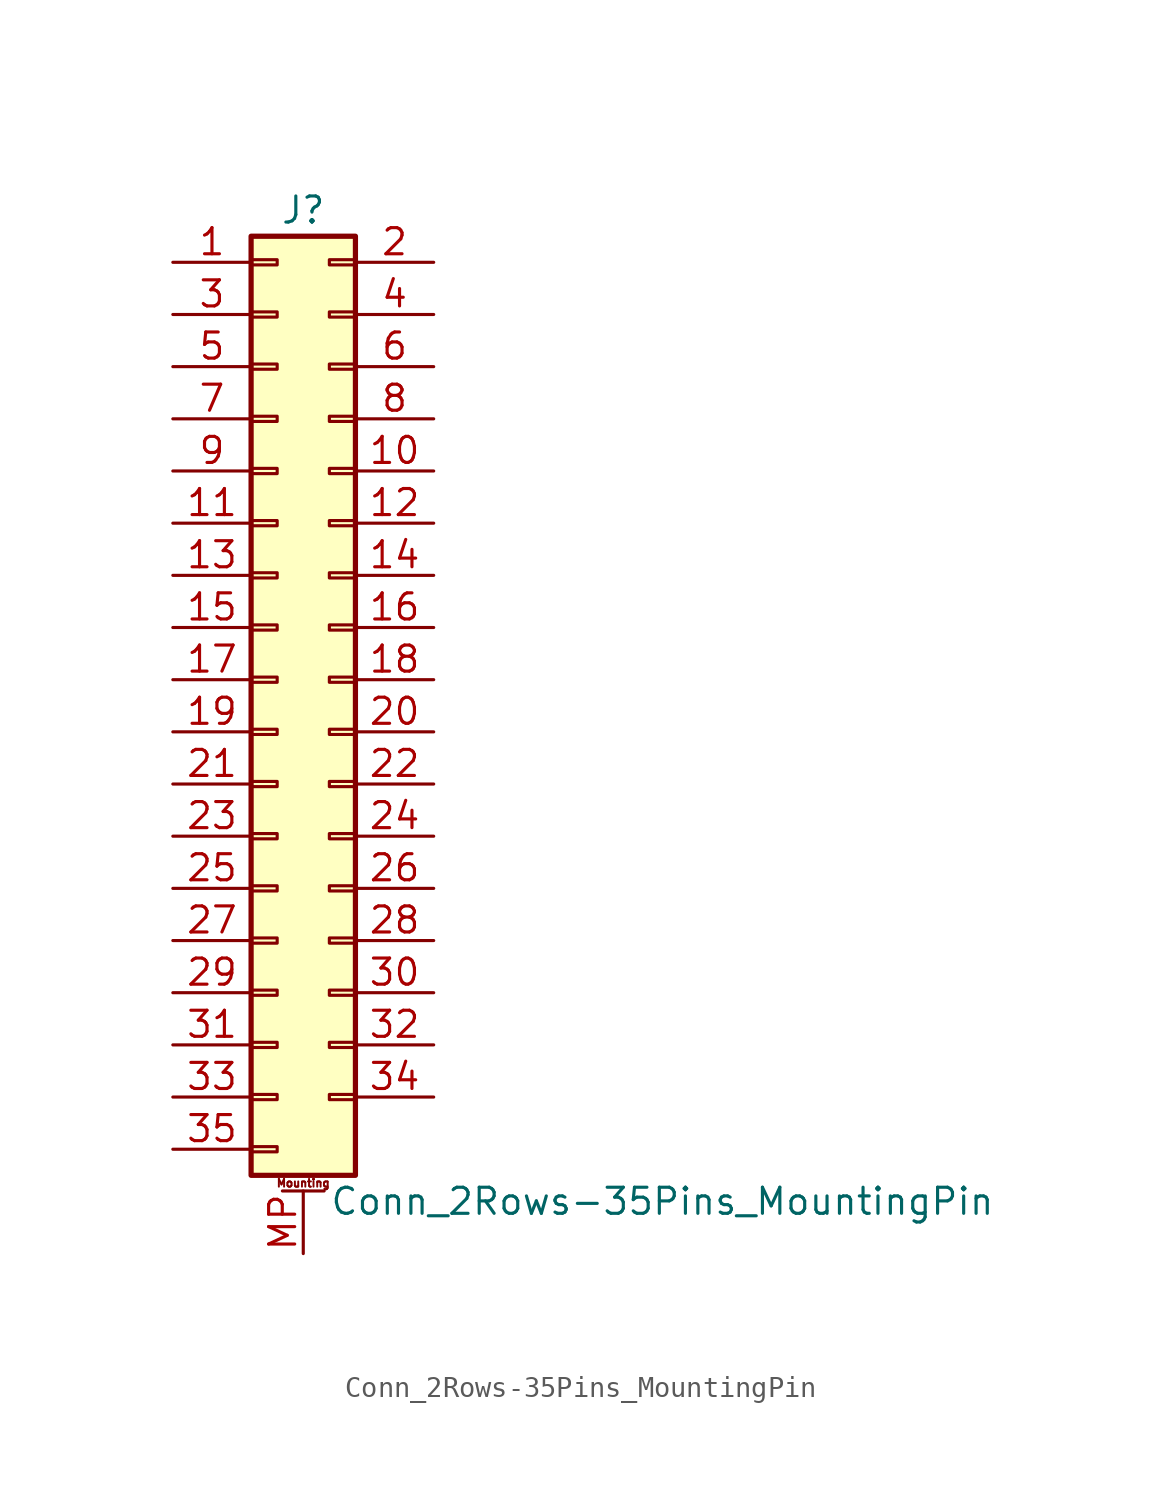
<source format=kicad_sym>
(kicad_symbol_lib
  (version 20220914)
  (generator kicad_symbol_editor)
  (symbol "Conn_2Rows-35Pins_MountingPin"
    (pin_names
      (offset 1.016) hide)
    (property "Reference" "J"
      (at 1.27 22.86 0)
      (effects (font (size 1.27 1.27))))
    (property "Value" "Conn_2Rows-35Pins_MountingPin"
      (at 2.54 -25.4 0)
      (effects (font (size 1.27 1.27)) (justify left)))
    (symbol "Conn_2Rows-35Pins_MountingPin_1_1"
      (rectangle (start -1.27 -22.733) (end 0 -22.987) (stroke (width 0.152) (type default)) (fill (type none)))
      (rectangle (start -1.27 -20.193) (end 0 -20.447) (stroke (width 0.152) (type default)) (fill (type none)))
      (rectangle (start -1.27 -17.653) (end 0 -17.907) (stroke (width 0.152) (type default)) (fill (type none)))
      (rectangle (start -1.27 -15.113) (end 0 -15.367) (stroke (width 0.152) (type default)) (fill (type none)))
      (rectangle (start -1.27 -12.573) (end 0 -12.827) (stroke (width 0.152) (type default)) (fill (type none)))
      (rectangle (start -1.27 -10.033) (end 0 -10.287) (stroke (width 0.152) (type default)) (fill (type none)))
      (rectangle (start -1.27 -7.493) (end 0 -7.747) (stroke (width 0.152) (type default)) (fill (type none)))
      (rectangle (start -1.27 -4.953) (end 0 -5.207) (stroke (width 0.152) (type default)) (fill (type none)))
      (rectangle (start -1.27 -2.413) (end 0 -2.667) (stroke (width 0.152) (type default)) (fill (type none)))
      (rectangle (start -1.27 0.127) (end 0 -0.127) (stroke (width 0.152) (type default)) (fill (type none)))
      (rectangle (start -1.27 2.667) (end 0 2.413) (stroke (width 0.152) (type default)) (fill (type none)))
      (rectangle (start -1.27 5.207) (end 0 4.953) (stroke (width 0.152) (type default)) (fill (type none)))
      (rectangle (start -1.27 7.747) (end 0 7.493) (stroke (width 0.152) (type default)) (fill (type none)))
      (rectangle (start -1.27 10.287) (end 0 10.033) (stroke (width 0.152) (type default)) (fill (type none)))
      (rectangle (start -1.27 12.827) (end 0 12.573) (stroke (width 0.152) (type default)) (fill (type none)))
      (rectangle (start -1.27 15.367) (end 0 15.113) (stroke (width 0.152) (type default)) (fill (type none)))
      (rectangle (start -1.27 17.907) (end 0 17.653) (stroke (width 0.152) (type default)) (fill (type none)))
      (rectangle (start -1.27 20.447) (end 0 20.193) (stroke (width 0.152) (type default)) (fill (type none)))
      (rectangle (start -1.27 21.59) (end 3.81 -24.13) (stroke (width 0.254) (type default)) (fill (type background)))
      (polyline (pts (xy 0.254 -24.892) (xy 2.286 -24.892)) (stroke (width 0.152) (type default)) (fill (type none)))
      (rectangle (start 3.81 -20.193) (end 2.54 -20.447) (stroke (width 0.152) (type default)) (fill (type none)))
      (rectangle (start 3.81 -17.653) (end 2.54 -17.907) (stroke (width 0.152) (type default)) (fill (type none)))
      (rectangle (start 3.81 -15.113) (end 2.54 -15.367) (stroke (width 0.152) (type default)) (fill (type none)))
      (rectangle (start 3.81 -12.573) (end 2.54 -12.827) (stroke (width 0.152) (type default)) (fill (type none)))
      (rectangle (start 3.81 -10.033) (end 2.54 -10.287) (stroke (width 0.152) (type default)) (fill (type none)))
      (rectangle (start 3.81 -7.493) (end 2.54 -7.747) (stroke (width 0.152) (type default)) (fill (type none)))
      (rectangle (start 3.81 -4.953) (end 2.54 -5.207) (stroke (width 0.152) (type default)) (fill (type none)))
      (rectangle (start 3.81 -2.413) (end 2.54 -2.667) (stroke (width 0.152) (type default)) (fill (type none)))
      (rectangle (start 3.81 0.127) (end 2.54 -0.127) (stroke (width 0.152) (type default)) (fill (type none)))
      (rectangle (start 3.81 2.667) (end 2.54 2.413) (stroke (width 0.152) (type default)) (fill (type none)))
      (rectangle (start 3.81 5.207) (end 2.54 4.953) (stroke (width 0.152) (type default)) (fill (type none)))
      (rectangle (start 3.81 7.747) (end 2.54 7.493) (stroke (width 0.152) (type default)) (fill (type none)))
      (rectangle (start 3.81 10.287) (end 2.54 10.033) (stroke (width 0.152) (type default)) (fill (type none)))
      (rectangle (start 3.81 12.827) (end 2.54 12.573) (stroke (width 0.152) (type default)) (fill (type none)))
      (rectangle (start 3.81 15.367) (end 2.54 15.113) (stroke (width 0.152) (type default)) (fill (type none)))
      (rectangle (start 3.81 17.907) (end 2.54 17.653) (stroke (width 0.152) (type default)) (fill (type none)))
      (rectangle (start 3.81 20.447) (end 2.54 20.193) (stroke (width 0.152) (type default)) (fill (type none)))
      (text "Mounting" (at 1.27 -24.511 0) (effects (font (size 0.381 0.381))))
      (pin passive line (at -5.08 20.32 0) (length 3.81) (name "Pin_1" (effects (font (size 1.27 1.27)))) (number "1" (effects (font (size 1.27 1.27)))))
      (pin passive line (at 7.62 10.16 180) (length 3.81) (name "Pin_10" (effects (font (size 1.27 1.27)))) (number "10" (effects (font (size 1.27 1.27)))))
      (pin passive line (at -5.08 7.62 0) (length 3.81) (name "Pin_11" (effects (font (size 1.27 1.27)))) (number "11" (effects (font (size 1.27 1.27)))))
      (pin passive line (at 7.62 7.62 180) (length 3.81) (name "Pin_12" (effects (font (size 1.27 1.27)))) (number "12" (effects (font (size 1.27 1.27)))))
      (pin passive line (at -5.08 5.08 0) (length 3.81) (name "Pin_13" (effects (font (size 1.27 1.27)))) (number "13" (effects (font (size 1.27 1.27)))))
      (pin passive line (at 7.62 5.08 180) (length 3.81) (name "Pin_14" (effects (font (size 1.27 1.27)))) (number "14" (effects (font (size 1.27 1.27)))))
      (pin passive line (at -5.08 2.54 0) (length 3.81) (name "Pin_15" (effects (font (size 1.27 1.27)))) (number "15" (effects (font (size 1.27 1.27)))))
      (pin passive line (at 7.62 2.54 180) (length 3.81) (name "Pin_16" (effects (font (size 1.27 1.27)))) (number "16" (effects (font (size 1.27 1.27)))))
      (pin passive line (at -5.08 0 0) (length 3.81) (name "Pin_17" (effects (font (size 1.27 1.27)))) (number "17" (effects (font (size 1.27 1.27)))))
      (pin passive line (at 7.62 0 180) (length 3.81) (name "Pin_18" (effects (font (size 1.27 1.27)))) (number "18" (effects (font (size 1.27 1.27)))))
      (pin passive line (at -5.08 -2.54 0) (length 3.81) (name "Pin_19" (effects (font (size 1.27 1.27)))) (number "19" (effects (font (size 1.27 1.27)))))
      (pin passive line (at 7.62 20.32 180) (length 3.81) (name "Pin_2" (effects (font (size 1.27 1.27)))) (number "2" (effects (font (size 1.27 1.27)))))
      (pin passive line (at 7.62 -2.54 180) (length 3.81) (name "Pin_20" (effects (font (size 1.27 1.27)))) (number "20" (effects (font (size 1.27 1.27)))))
      (pin passive line (at -5.08 -5.08 0) (length 3.81) (name "Pin_21" (effects (font (size 1.27 1.27)))) (number "21" (effects (font (size 1.27 1.27)))))
      (pin passive line (at 7.62 -5.08 180) (length 3.81) (name "Pin_22" (effects (font (size 1.27 1.27)))) (number "22" (effects (font (size 1.27 1.27)))))
      (pin passive line (at -5.08 -7.62 0) (length 3.81) (name "Pin_23" (effects (font (size 1.27 1.27)))) (number "23" (effects (font (size 1.27 1.27)))))
      (pin passive line (at 7.62 -7.62 180) (length 3.81) (name "Pin_24" (effects (font (size 1.27 1.27)))) (number "24" (effects (font (size 1.27 1.27)))))
      (pin passive line (at -5.08 -10.16 0) (length 3.81) (name "Pin_25" (effects (font (size 1.27 1.27)))) (number "25" (effects (font (size 1.27 1.27)))))
      (pin passive line (at 7.62 -10.16 180) (length 3.81) (name "Pin_26" (effects (font (size 1.27 1.27)))) (number "26" (effects (font (size 1.27 1.27)))))
      (pin passive line (at -5.08 -12.7 0) (length 3.81) (name "Pin_27" (effects (font (size 1.27 1.27)))) (number "27" (effects (font (size 1.27 1.27)))))
      (pin passive line (at 7.62 -12.7 180) (length 3.81) (name "Pin_28" (effects (font (size 1.27 1.27)))) (number "28" (effects (font (size 1.27 1.27)))))
      (pin passive line (at -5.08 -15.24 0) (length 3.81) (name "Pin_29" (effects (font (size 1.27 1.27)))) (number "29" (effects (font (size 1.27 1.27)))))
      (pin passive line (at -5.08 17.78 0) (length 3.81) (name "Pin_3" (effects (font (size 1.27 1.27)))) (number "3" (effects (font (size 1.27 1.27)))))
      (pin passive line (at 7.62 -15.24 180) (length 3.81) (name "Pin_30" (effects (font (size 1.27 1.27)))) (number "30" (effects (font (size 1.27 1.27)))))
      (pin passive line (at -5.08 -17.78 0) (length 3.81) (name "Pin_31" (effects (font (size 1.27 1.27)))) (number "31" (effects (font (size 1.27 1.27)))))
      (pin passive line (at 7.62 -17.78 180) (length 3.81) (name "Pin_32" (effects (font (size 1.27 1.27)))) (number "32" (effects (font (size 1.27 1.27)))))
      (pin passive line (at -5.08 -20.32 0) (length 3.81) (name "Pin_33" (effects (font (size 1.27 1.27)))) (number "33" (effects (font (size 1.27 1.27)))))
      (pin passive line (at 7.62 -20.32 180) (length 3.81) (name "Pin_34" (effects (font (size 1.27 1.27)))) (number "34" (effects (font (size 1.27 1.27)))))
      (pin passive line (at -5.08 -22.86 0) (length 3.81) (name "Pin_35" (effects (font (size 1.27 1.27)))) (number "35" (effects (font (size 1.27 1.27)))))
      (pin passive line (at 7.62 17.78 180) (length 3.81) (name "Pin_4" (effects (font (size 1.27 1.27)))) (number "4" (effects (font (size 1.27 1.27)))))
      (pin passive line (at -5.08 15.24 0) (length 3.81) (name "Pin_5" (effects (font (size 1.27 1.27)))) (number "5" (effects (font (size 1.27 1.27)))))
      (pin passive line (at 7.62 15.24 180) (length 3.81) (name "Pin_6" (effects (font (size 1.27 1.27)))) (number "6" (effects (font (size 1.27 1.27)))))
      (pin passive line (at -5.08 12.7 0) (length 3.81) (name "Pin_7" (effects (font (size 1.27 1.27)))) (number "7" (effects (font (size 1.27 1.27)))))
      (pin passive line (at 7.62 12.7 180) (length 3.81) (name "Pin_8" (effects (font (size 1.27 1.27)))) (number "8" (effects (font (size 1.27 1.27)))))
      (pin passive line (at -5.08 10.16 0) (length 3.81) (name "Pin_9" (effects (font (size 1.27 1.27)))) (number "9" (effects (font (size 1.27 1.27)))))
      (pin passive line (at 1.27 -27.94 90) (length 3.048) (name "MountPin" (effects (font (size 1.27 1.27)))) (number "MP" (effects (font (size 1.27 1.27))))))))
</source>
